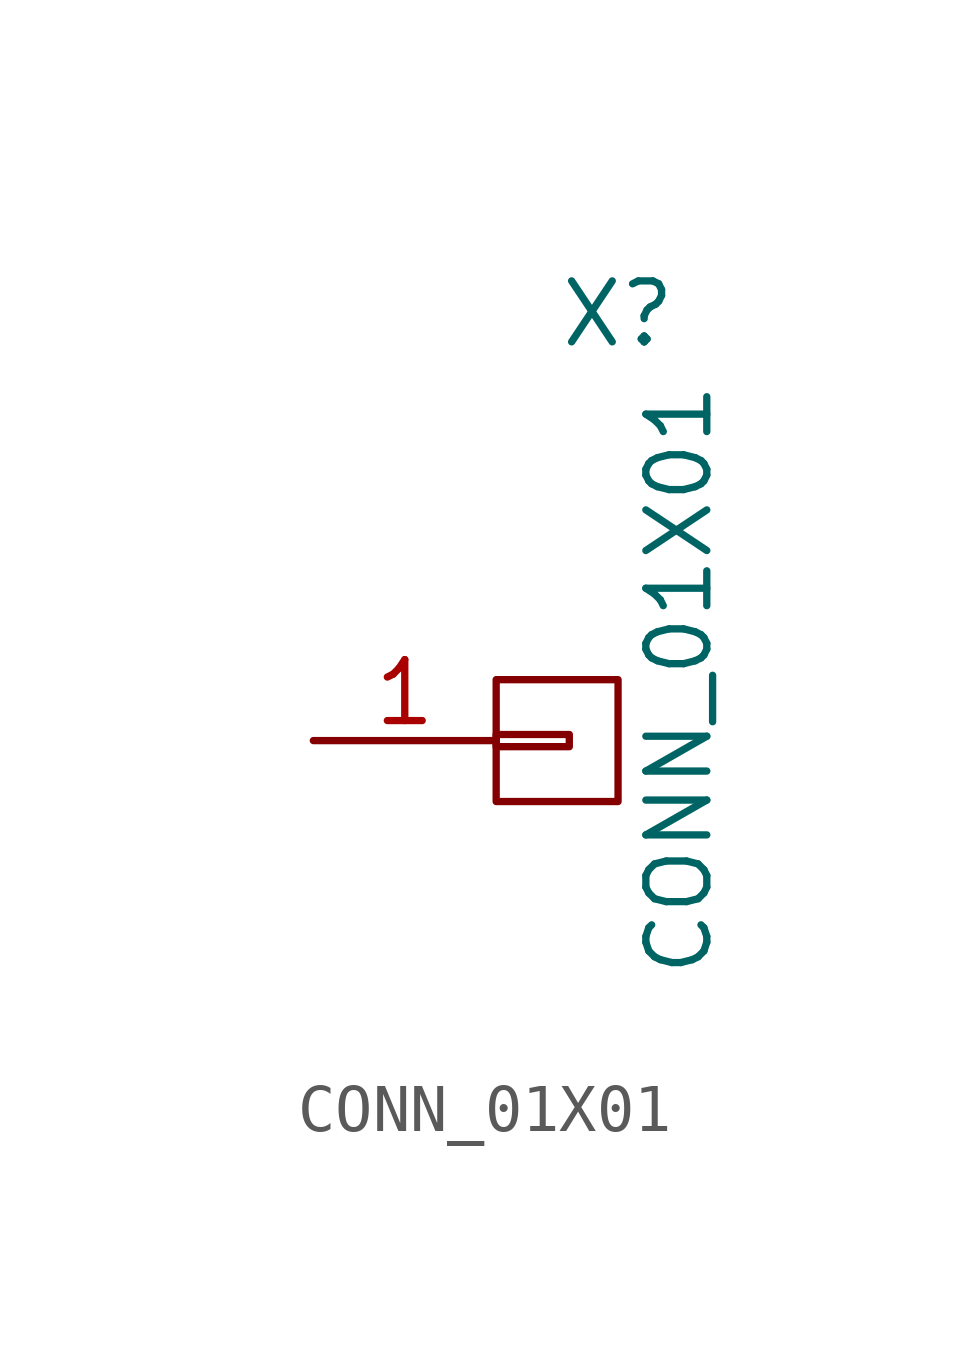
<source format=kicad_sym>
(kicad_symbol_lib
  (version 20211014)
  (generator kicad_symbol_editor)
  (symbol "CONN_01X01"
    (pin_names
      (offset 1.016) hide)
    (property "Reference" "X"
      (at 3.81 8.89 0)
      (effects (font (size 1.27 1.27))))
    (property "Value" "CONN_01X01"
      (at 5.08 1.27 90)
      (effects (font (size 1.27 1.27))))
    (property "Footprint" ""
      (at 0 -3.81 0)
      (effects (font (size 1.27 1.27))))
    (property "Datasheet" ""
      (at -3.81 -5.08 0)
      (effects (font (size 1.27 1.27))))
    (symbol "CONN_01X01_0_1"
      (rectangle (start 1.27 0.127) (end 2.794 -0.127) (stroke (width 0) (type default) (color 0 0 0 0)) (fill (type none)))
      (rectangle (start 1.27 1.27) (end 3.81 -1.27) (stroke (width 0) (type default) (color 0 0 0 0)) (fill (type none))))
    (symbol "CONN_01X01_1_1"
      (pin passive line (at -2.54 0 0) (length 3.81) (name "P1" (effects (font (size 1.27 1.27)))) (number "1" (effects (font (size 1.27 1.27))))))))
</source>
